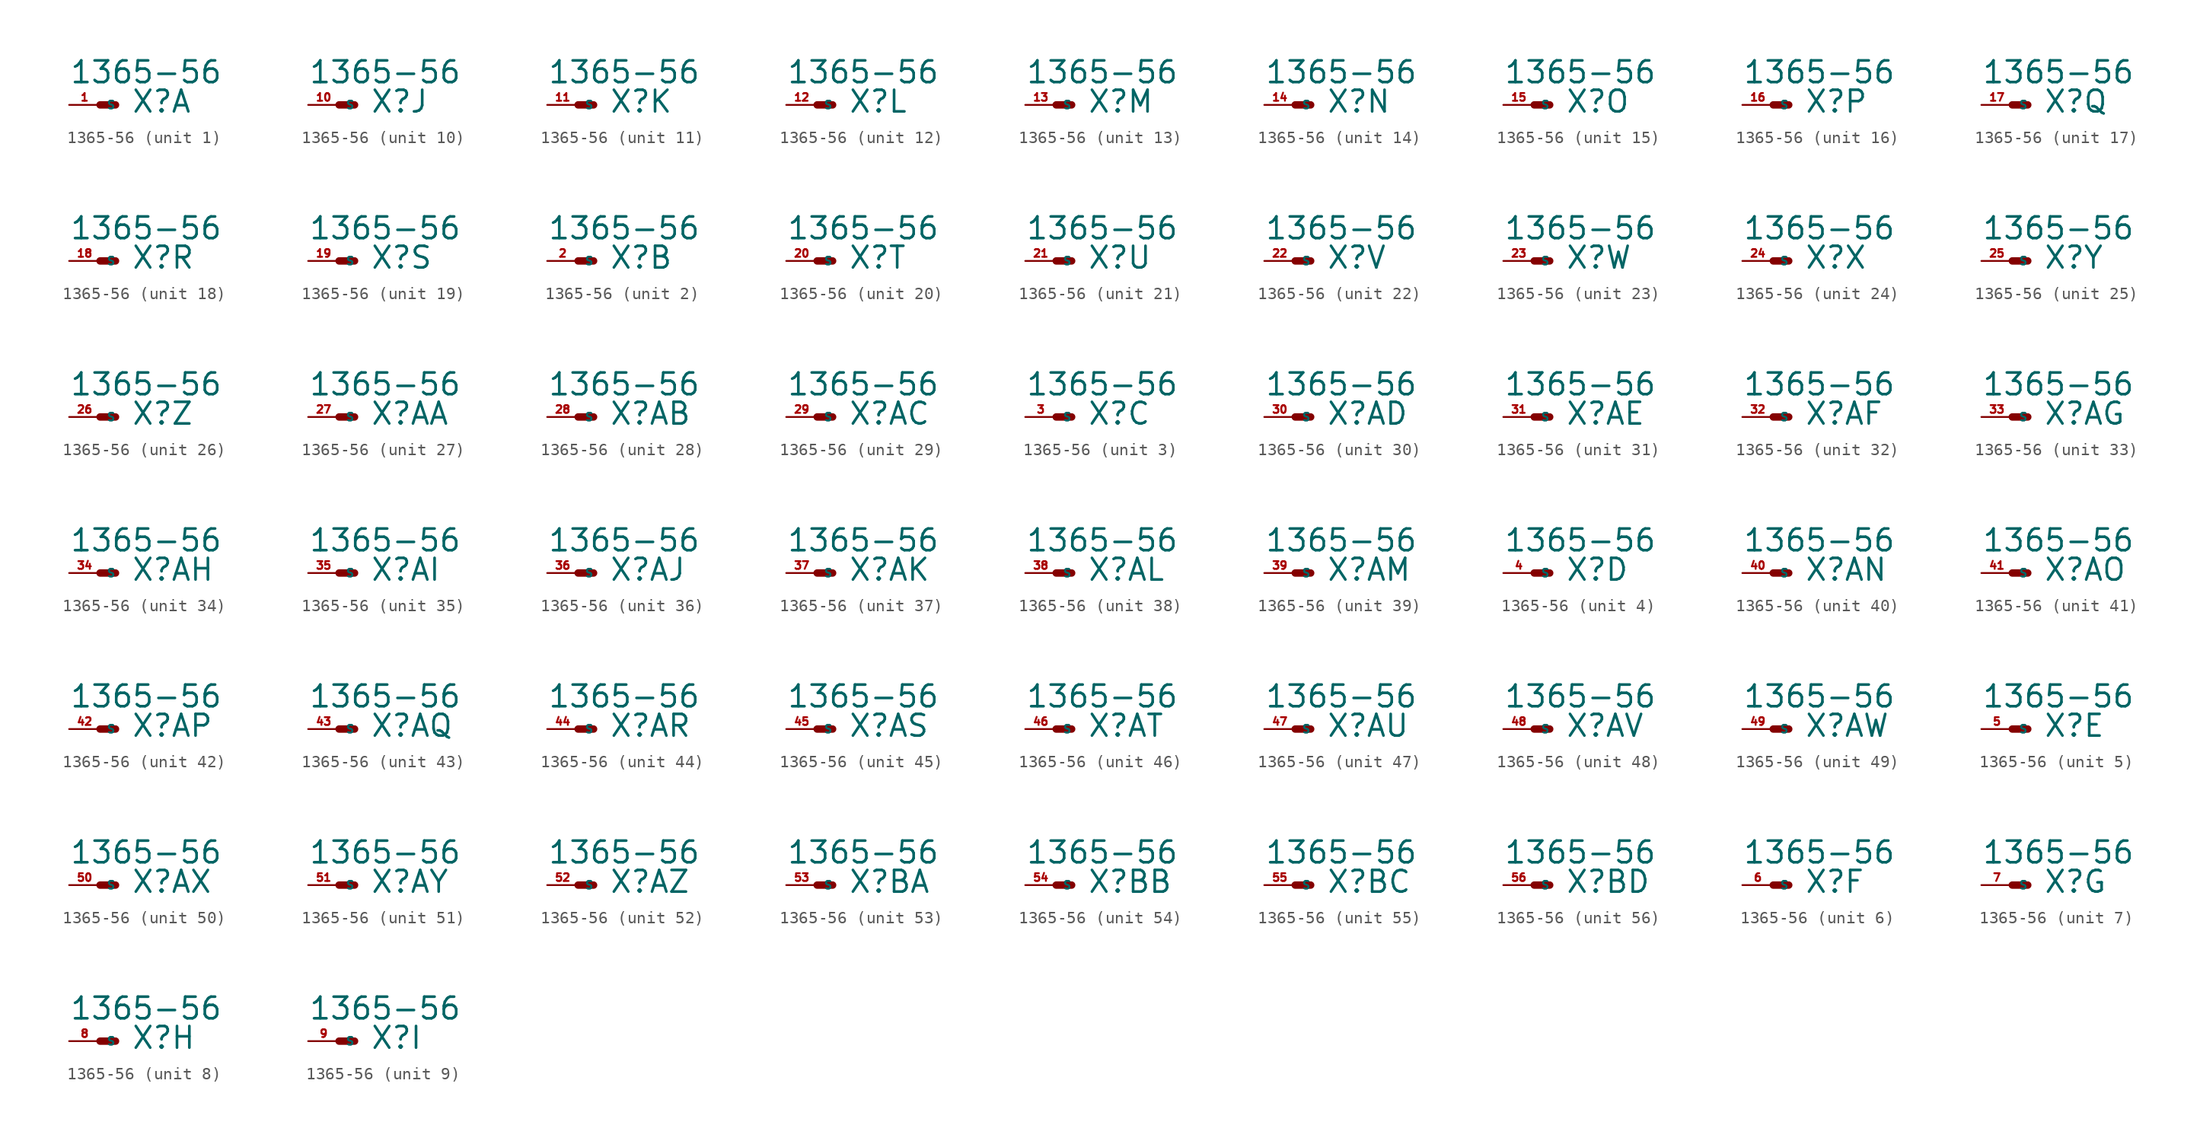
<source format=kicad_sym>
(kicad_symbol_lib
  (version 20220914)
  (generator Eagle2Kicad)
  (symbol "1365-56"
    (property "Reference" "X"
      (at 2.54 -0.762 0)
      (effects (font (size 1.778 1.778) (thickness 0.22)) (justify left bottom)))
    (property "Value" "1365-56"
      (at -2.54 1.651 0)
      (effects (font (size 1.778 1.778) (thickness 0.22)) (justify left bottom)))
    (symbol "1365-56_1_0"
      (polyline (pts (xy 0 0) (xy 1.27 0)) (stroke (width 0.61) (type default)) (fill (type none)))
      (pin passive line (at -2.54 0 0) (length 2.54) (name "S" (effects (font (size 0.635 0.635) (thickness 0.08)) (justify left bottom))) (number "1" (effects (font (size 0.635 0.635) (thickness 0.08)) (justify left bottom)))))
    (symbol "1365-56_2_0"
      (polyline (pts (xy 0 0) (xy 1.27 0)) (stroke (width 0.61) (type default)) (fill (type none)))
      (pin passive line (at -2.54 0 0) (length 2.54) (name "S" (effects (font (size 0.635 0.635) (thickness 0.08)) (justify left bottom))) (number "2" (effects (font (size 0.635 0.635) (thickness 0.08)) (justify left bottom)))))
    (symbol "1365-56_3_0"
      (polyline (pts (xy 0 0) (xy 1.27 0)) (stroke (width 0.61) (type default)) (fill (type none)))
      (pin passive line (at -2.54 0 0) (length 2.54) (name "S" (effects (font (size 0.635 0.635) (thickness 0.08)) (justify left bottom))) (number "3" (effects (font (size 0.635 0.635) (thickness 0.08)) (justify left bottom)))))
    (symbol "1365-56_4_0"
      (polyline (pts (xy 0 0) (xy 1.27 0)) (stroke (width 0.61) (type default)) (fill (type none)))
      (pin passive line (at -2.54 0 0) (length 2.54) (name "S" (effects (font (size 0.635 0.635) (thickness 0.08)) (justify left bottom))) (number "4" (effects (font (size 0.635 0.635) (thickness 0.08)) (justify left bottom)))))
    (symbol "1365-56_5_0"
      (polyline (pts (xy 0 0) (xy 1.27 0)) (stroke (width 0.61) (type default)) (fill (type none)))
      (pin passive line (at -2.54 0 0) (length 2.54) (name "S" (effects (font (size 0.635 0.635) (thickness 0.08)) (justify left bottom))) (number "5" (effects (font (size 0.635 0.635) (thickness 0.08)) (justify left bottom)))))
    (symbol "1365-56_6_0"
      (polyline (pts (xy 0 0) (xy 1.27 0)) (stroke (width 0.61) (type default)) (fill (type none)))
      (pin passive line (at -2.54 0 0) (length 2.54) (name "S" (effects (font (size 0.635 0.635) (thickness 0.08)) (justify left bottom))) (number "6" (effects (font (size 0.635 0.635) (thickness 0.08)) (justify left bottom)))))
    (symbol "1365-56_7_0"
      (polyline (pts (xy 0 0) (xy 1.27 0)) (stroke (width 0.61) (type default)) (fill (type none)))
      (pin passive line (at -2.54 0 0) (length 2.54) (name "S" (effects (font (size 0.635 0.635) (thickness 0.08)) (justify left bottom))) (number "7" (effects (font (size 0.635 0.635) (thickness 0.08)) (justify left bottom)))))
    (symbol "1365-56_8_0"
      (polyline (pts (xy 0 0) (xy 1.27 0)) (stroke (width 0.61) (type default)) (fill (type none)))
      (pin passive line (at -2.54 0 0) (length 2.54) (name "S" (effects (font (size 0.635 0.635) (thickness 0.08)) (justify left bottom))) (number "8" (effects (font (size 0.635 0.635) (thickness 0.08)) (justify left bottom)))))
    (symbol "1365-56_9_0"
      (polyline (pts (xy 0 0) (xy 1.27 0)) (stroke (width 0.61) (type default)) (fill (type none)))
      (pin passive line (at -2.54 0 0) (length 2.54) (name "S" (effects (font (size 0.635 0.635) (thickness 0.08)) (justify left bottom))) (number "9" (effects (font (size 0.635 0.635) (thickness 0.08)) (justify left bottom)))))
    (symbol "1365-56_10_0"
      (polyline (pts (xy 0 0) (xy 1.27 0)) (stroke (width 0.61) (type default)) (fill (type none)))
      (pin passive line (at -2.54 0 0) (length 2.54) (name "S" (effects (font (size 0.635 0.635) (thickness 0.08)) (justify left bottom))) (number "10" (effects (font (size 0.635 0.635) (thickness 0.08)) (justify left bottom)))))
    (symbol "1365-56_11_0"
      (polyline (pts (xy 0 0) (xy 1.27 0)) (stroke (width 0.61) (type default)) (fill (type none)))
      (pin passive line (at -2.54 0 0) (length 2.54) (name "S" (effects (font (size 0.635 0.635) (thickness 0.08)) (justify left bottom))) (number "11" (effects (font (size 0.635 0.635) (thickness 0.08)) (justify left bottom)))))
    (symbol "1365-56_12_0"
      (polyline (pts (xy 0 0) (xy 1.27 0)) (stroke (width 0.61) (type default)) (fill (type none)))
      (pin passive line (at -2.54 0 0) (length 2.54) (name "S" (effects (font (size 0.635 0.635) (thickness 0.08)) (justify left bottom))) (number "12" (effects (font (size 0.635 0.635) (thickness 0.08)) (justify left bottom)))))
    (symbol "1365-56_13_0"
      (polyline (pts (xy 0 0) (xy 1.27 0)) (stroke (width 0.61) (type default)) (fill (type none)))
      (pin passive line (at -2.54 0 0) (length 2.54) (name "S" (effects (font (size 0.635 0.635) (thickness 0.08)) (justify left bottom))) (number "13" (effects (font (size 0.635 0.635) (thickness 0.08)) (justify left bottom)))))
    (symbol "1365-56_14_0"
      (polyline (pts (xy 0 0) (xy 1.27 0)) (stroke (width 0.61) (type default)) (fill (type none)))
      (pin passive line (at -2.54 0 0) (length 2.54) (name "S" (effects (font (size 0.635 0.635) (thickness 0.08)) (justify left bottom))) (number "14" (effects (font (size 0.635 0.635) (thickness 0.08)) (justify left bottom)))))
    (symbol "1365-56_15_0"
      (polyline (pts (xy 0 0) (xy 1.27 0)) (stroke (width 0.61) (type default)) (fill (type none)))
      (pin passive line (at -2.54 0 0) (length 2.54) (name "S" (effects (font (size 0.635 0.635) (thickness 0.08)) (justify left bottom))) (number "15" (effects (font (size 0.635 0.635) (thickness 0.08)) (justify left bottom)))))
    (symbol "1365-56_16_0"
      (polyline (pts (xy 0 0) (xy 1.27 0)) (stroke (width 0.61) (type default)) (fill (type none)))
      (pin passive line (at -2.54 0 0) (length 2.54) (name "S" (effects (font (size 0.635 0.635) (thickness 0.08)) (justify left bottom))) (number "16" (effects (font (size 0.635 0.635) (thickness 0.08)) (justify left bottom)))))
    (symbol "1365-56_17_0"
      (polyline (pts (xy 0 0) (xy 1.27 0)) (stroke (width 0.61) (type default)) (fill (type none)))
      (pin passive line (at -2.54 0 0) (length 2.54) (name "S" (effects (font (size 0.635 0.635) (thickness 0.08)) (justify left bottom))) (number "17" (effects (font (size 0.635 0.635) (thickness 0.08)) (justify left bottom)))))
    (symbol "1365-56_18_0"
      (polyline (pts (xy 0 0) (xy 1.27 0)) (stroke (width 0.61) (type default)) (fill (type none)))
      (pin passive line (at -2.54 0 0) (length 2.54) (name "S" (effects (font (size 0.635 0.635) (thickness 0.08)) (justify left bottom))) (number "18" (effects (font (size 0.635 0.635) (thickness 0.08)) (justify left bottom)))))
    (symbol "1365-56_19_0"
      (polyline (pts (xy 0 0) (xy 1.27 0)) (stroke (width 0.61) (type default)) (fill (type none)))
      (pin passive line (at -2.54 0 0) (length 2.54) (name "S" (effects (font (size 0.635 0.635) (thickness 0.08)) (justify left bottom))) (number "19" (effects (font (size 0.635 0.635) (thickness 0.08)) (justify left bottom)))))
    (symbol "1365-56_20_0"
      (polyline (pts (xy 0 0) (xy 1.27 0)) (stroke (width 0.61) (type default)) (fill (type none)))
      (pin passive line (at -2.54 0 0) (length 2.54) (name "S" (effects (font (size 0.635 0.635) (thickness 0.08)) (justify left bottom))) (number "20" (effects (font (size 0.635 0.635) (thickness 0.08)) (justify left bottom)))))
    (symbol "1365-56_21_0"
      (polyline (pts (xy 0 0) (xy 1.27 0)) (stroke (width 0.61) (type default)) (fill (type none)))
      (pin passive line (at -2.54 0 0) (length 2.54) (name "S" (effects (font (size 0.635 0.635) (thickness 0.08)) (justify left bottom))) (number "21" (effects (font (size 0.635 0.635) (thickness 0.08)) (justify left bottom)))))
    (symbol "1365-56_22_0"
      (polyline (pts (xy 0 0) (xy 1.27 0)) (stroke (width 0.61) (type default)) (fill (type none)))
      (pin passive line (at -2.54 0 0) (length 2.54) (name "S" (effects (font (size 0.635 0.635) (thickness 0.08)) (justify left bottom))) (number "22" (effects (font (size 0.635 0.635) (thickness 0.08)) (justify left bottom)))))
    (symbol "1365-56_23_0"
      (polyline (pts (xy 0 0) (xy 1.27 0)) (stroke (width 0.61) (type default)) (fill (type none)))
      (pin passive line (at -2.54 0 0) (length 2.54) (name "S" (effects (font (size 0.635 0.635) (thickness 0.08)) (justify left bottom))) (number "23" (effects (font (size 0.635 0.635) (thickness 0.08)) (justify left bottom)))))
    (symbol "1365-56_24_0"
      (polyline (pts (xy 0 0) (xy 1.27 0)) (stroke (width 0.61) (type default)) (fill (type none)))
      (pin passive line (at -2.54 0 0) (length 2.54) (name "S" (effects (font (size 0.635 0.635) (thickness 0.08)) (justify left bottom))) (number "24" (effects (font (size 0.635 0.635) (thickness 0.08)) (justify left bottom)))))
    (symbol "1365-56_25_0"
      (polyline (pts (xy 0 0) (xy 1.27 0)) (stroke (width 0.61) (type default)) (fill (type none)))
      (pin passive line (at -2.54 0 0) (length 2.54) (name "S" (effects (font (size 0.635 0.635) (thickness 0.08)) (justify left bottom))) (number "25" (effects (font (size 0.635 0.635) (thickness 0.08)) (justify left bottom)))))
    (symbol "1365-56_26_0"
      (polyline (pts (xy 0 0) (xy 1.27 0)) (stroke (width 0.61) (type default)) (fill (type none)))
      (pin passive line (at -2.54 0 0) (length 2.54) (name "S" (effects (font (size 0.635 0.635) (thickness 0.08)) (justify left bottom))) (number "26" (effects (font (size 0.635 0.635) (thickness 0.08)) (justify left bottom)))))
    (symbol "1365-56_27_0"
      (polyline (pts (xy 0 0) (xy 1.27 0)) (stroke (width 0.61) (type default)) (fill (type none)))
      (pin passive line (at -2.54 0 0) (length 2.54) (name "S" (effects (font (size 0.635 0.635) (thickness 0.08)) (justify left bottom))) (number "27" (effects (font (size 0.635 0.635) (thickness 0.08)) (justify left bottom)))))
    (symbol "1365-56_28_0"
      (polyline (pts (xy 0 0) (xy 1.27 0)) (stroke (width 0.61) (type default)) (fill (type none)))
      (pin passive line (at -2.54 0 0) (length 2.54) (name "S" (effects (font (size 0.635 0.635) (thickness 0.08)) (justify left bottom))) (number "28" (effects (font (size 0.635 0.635) (thickness 0.08)) (justify left bottom)))))
    (symbol "1365-56_29_0"
      (polyline (pts (xy 0 0) (xy 1.27 0)) (stroke (width 0.61) (type default)) (fill (type none)))
      (pin passive line (at -2.54 0 0) (length 2.54) (name "S" (effects (font (size 0.635 0.635) (thickness 0.08)) (justify left bottom))) (number "29" (effects (font (size 0.635 0.635) (thickness 0.08)) (justify left bottom)))))
    (symbol "1365-56_30_0"
      (polyline (pts (xy 0 0) (xy 1.27 0)) (stroke (width 0.61) (type default)) (fill (type none)))
      (pin passive line (at -2.54 0 0) (length 2.54) (name "S" (effects (font (size 0.635 0.635) (thickness 0.08)) (justify left bottom))) (number "30" (effects (font (size 0.635 0.635) (thickness 0.08)) (justify left bottom)))))
    (symbol "1365-56_31_0"
      (polyline (pts (xy 0 0) (xy 1.27 0)) (stroke (width 0.61) (type default)) (fill (type none)))
      (pin passive line (at -2.54 0 0) (length 2.54) (name "S" (effects (font (size 0.635 0.635) (thickness 0.08)) (justify left bottom))) (number "31" (effects (font (size 0.635 0.635) (thickness 0.08)) (justify left bottom)))))
    (symbol "1365-56_32_0"
      (polyline (pts (xy 0 0) (xy 1.27 0)) (stroke (width 0.61) (type default)) (fill (type none)))
      (pin passive line (at -2.54 0 0) (length 2.54) (name "S" (effects (font (size 0.635 0.635) (thickness 0.08)) (justify left bottom))) (number "32" (effects (font (size 0.635 0.635) (thickness 0.08)) (justify left bottom)))))
    (symbol "1365-56_33_0"
      (polyline (pts (xy 0 0) (xy 1.27 0)) (stroke (width 0.61) (type default)) (fill (type none)))
      (pin passive line (at -2.54 0 0) (length 2.54) (name "S" (effects (font (size 0.635 0.635) (thickness 0.08)) (justify left bottom))) (number "33" (effects (font (size 0.635 0.635) (thickness 0.08)) (justify left bottom)))))
    (symbol "1365-56_34_0"
      (polyline (pts (xy 0 0) (xy 1.27 0)) (stroke (width 0.61) (type default)) (fill (type none)))
      (pin passive line (at -2.54 0 0) (length 2.54) (name "S" (effects (font (size 0.635 0.635) (thickness 0.08)) (justify left bottom))) (number "34" (effects (font (size 0.635 0.635) (thickness 0.08)) (justify left bottom)))))
    (symbol "1365-56_35_0"
      (polyline (pts (xy 0 0) (xy 1.27 0)) (stroke (width 0.61) (type default)) (fill (type none)))
      (pin passive line (at -2.54 0 0) (length 2.54) (name "S" (effects (font (size 0.635 0.635) (thickness 0.08)) (justify left bottom))) (number "35" (effects (font (size 0.635 0.635) (thickness 0.08)) (justify left bottom)))))
    (symbol "1365-56_36_0"
      (polyline (pts (xy 0 0) (xy 1.27 0)) (stroke (width 0.61) (type default)) (fill (type none)))
      (pin passive line (at -2.54 0 0) (length 2.54) (name "S" (effects (font (size 0.635 0.635) (thickness 0.08)) (justify left bottom))) (number "36" (effects (font (size 0.635 0.635) (thickness 0.08)) (justify left bottom)))))
    (symbol "1365-56_37_0"
      (polyline (pts (xy 0 0) (xy 1.27 0)) (stroke (width 0.61) (type default)) (fill (type none)))
      (pin passive line (at -2.54 0 0) (length 2.54) (name "S" (effects (font (size 0.635 0.635) (thickness 0.08)) (justify left bottom))) (number "37" (effects (font (size 0.635 0.635) (thickness 0.08)) (justify left bottom)))))
    (symbol "1365-56_38_0"
      (polyline (pts (xy 0 0) (xy 1.27 0)) (stroke (width 0.61) (type default)) (fill (type none)))
      (pin passive line (at -2.54 0 0) (length 2.54) (name "S" (effects (font (size 0.635 0.635) (thickness 0.08)) (justify left bottom))) (number "38" (effects (font (size 0.635 0.635) (thickness 0.08)) (justify left bottom)))))
    (symbol "1365-56_39_0"
      (polyline (pts (xy 0 0) (xy 1.27 0)) (stroke (width 0.61) (type default)) (fill (type none)))
      (pin passive line (at -2.54 0 0) (length 2.54) (name "S" (effects (font (size 0.635 0.635) (thickness 0.08)) (justify left bottom))) (number "39" (effects (font (size 0.635 0.635) (thickness 0.08)) (justify left bottom)))))
    (symbol "1365-56_40_0"
      (polyline (pts (xy 0 0) (xy 1.27 0)) (stroke (width 0.61) (type default)) (fill (type none)))
      (pin passive line (at -2.54 0 0) (length 2.54) (name "S" (effects (font (size 0.635 0.635) (thickness 0.08)) (justify left bottom))) (number "40" (effects (font (size 0.635 0.635) (thickness 0.08)) (justify left bottom)))))
    (symbol "1365-56_41_0"
      (polyline (pts (xy 0 0) (xy 1.27 0)) (stroke (width 0.61) (type default)) (fill (type none)))
      (pin passive line (at -2.54 0 0) (length 2.54) (name "S" (effects (font (size 0.635 0.635) (thickness 0.08)) (justify left bottom))) (number "41" (effects (font (size 0.635 0.635) (thickness 0.08)) (justify left bottom)))))
    (symbol "1365-56_42_0"
      (polyline (pts (xy 0 0) (xy 1.27 0)) (stroke (width 0.61) (type default)) (fill (type none)))
      (pin passive line (at -2.54 0 0) (length 2.54) (name "S" (effects (font (size 0.635 0.635) (thickness 0.08)) (justify left bottom))) (number "42" (effects (font (size 0.635 0.635) (thickness 0.08)) (justify left bottom)))))
    (symbol "1365-56_43_0"
      (polyline (pts (xy 0 0) (xy 1.27 0)) (stroke (width 0.61) (type default)) (fill (type none)))
      (pin passive line (at -2.54 0 0) (length 2.54) (name "S" (effects (font (size 0.635 0.635) (thickness 0.08)) (justify left bottom))) (number "43" (effects (font (size 0.635 0.635) (thickness 0.08)) (justify left bottom)))))
    (symbol "1365-56_44_0"
      (polyline (pts (xy 0 0) (xy 1.27 0)) (stroke (width 0.61) (type default)) (fill (type none)))
      (pin passive line (at -2.54 0 0) (length 2.54) (name "S" (effects (font (size 0.635 0.635) (thickness 0.08)) (justify left bottom))) (number "44" (effects (font (size 0.635 0.635) (thickness 0.08)) (justify left bottom)))))
    (symbol "1365-56_45_0"
      (polyline (pts (xy 0 0) (xy 1.27 0)) (stroke (width 0.61) (type default)) (fill (type none)))
      (pin passive line (at -2.54 0 0) (length 2.54) (name "S" (effects (font (size 0.635 0.635) (thickness 0.08)) (justify left bottom))) (number "45" (effects (font (size 0.635 0.635) (thickness 0.08)) (justify left bottom)))))
    (symbol "1365-56_46_0"
      (polyline (pts (xy 0 0) (xy 1.27 0)) (stroke (width 0.61) (type default)) (fill (type none)))
      (pin passive line (at -2.54 0 0) (length 2.54) (name "S" (effects (font (size 0.635 0.635) (thickness 0.08)) (justify left bottom))) (number "46" (effects (font (size 0.635 0.635) (thickness 0.08)) (justify left bottom)))))
    (symbol "1365-56_47_0"
      (polyline (pts (xy 0 0) (xy 1.27 0)) (stroke (width 0.61) (type default)) (fill (type none)))
      (pin passive line (at -2.54 0 0) (length 2.54) (name "S" (effects (font (size 0.635 0.635) (thickness 0.08)) (justify left bottom))) (number "47" (effects (font (size 0.635 0.635) (thickness 0.08)) (justify left bottom)))))
    (symbol "1365-56_48_0"
      (polyline (pts (xy 0 0) (xy 1.27 0)) (stroke (width 0.61) (type default)) (fill (type none)))
      (pin passive line (at -2.54 0 0) (length 2.54) (name "S" (effects (font (size 0.635 0.635) (thickness 0.08)) (justify left bottom))) (number "48" (effects (font (size 0.635 0.635) (thickness 0.08)) (justify left bottom)))))
    (symbol "1365-56_49_0"
      (polyline (pts (xy 0 0) (xy 1.27 0)) (stroke (width 0.61) (type default)) (fill (type none)))
      (pin passive line (at -2.54 0 0) (length 2.54) (name "S" (effects (font (size 0.635 0.635) (thickness 0.08)) (justify left bottom))) (number "49" (effects (font (size 0.635 0.635) (thickness 0.08)) (justify left bottom)))))
    (symbol "1365-56_50_0"
      (polyline (pts (xy 0 0) (xy 1.27 0)) (stroke (width 0.61) (type default)) (fill (type none)))
      (pin passive line (at -2.54 0 0) (length 2.54) (name "S" (effects (font (size 0.635 0.635) (thickness 0.08)) (justify left bottom))) (number "50" (effects (font (size 0.635 0.635) (thickness 0.08)) (justify left bottom)))))
    (symbol "1365-56_51_0"
      (polyline (pts (xy 0 0) (xy 1.27 0)) (stroke (width 0.61) (type default)) (fill (type none)))
      (pin passive line (at -2.54 0 0) (length 2.54) (name "S" (effects (font (size 0.635 0.635) (thickness 0.08)) (justify left bottom))) (number "51" (effects (font (size 0.635 0.635) (thickness 0.08)) (justify left bottom)))))
    (symbol "1365-56_52_0"
      (polyline (pts (xy 0 0) (xy 1.27 0)) (stroke (width 0.61) (type default)) (fill (type none)))
      (pin passive line (at -2.54 0 0) (length 2.54) (name "S" (effects (font (size 0.635 0.635) (thickness 0.08)) (justify left bottom))) (number "52" (effects (font (size 0.635 0.635) (thickness 0.08)) (justify left bottom)))))
    (symbol "1365-56_53_0"
      (polyline (pts (xy 0 0) (xy 1.27 0)) (stroke (width 0.61) (type default)) (fill (type none)))
      (pin passive line (at -2.54 0 0) (length 2.54) (name "S" (effects (font (size 0.635 0.635) (thickness 0.08)) (justify left bottom))) (number "53" (effects (font (size 0.635 0.635) (thickness 0.08)) (justify left bottom)))))
    (symbol "1365-56_54_0"
      (polyline (pts (xy 0 0) (xy 1.27 0)) (stroke (width 0.61) (type default)) (fill (type none)))
      (pin passive line (at -2.54 0 0) (length 2.54) (name "S" (effects (font (size 0.635 0.635) (thickness 0.08)) (justify left bottom))) (number "54" (effects (font (size 0.635 0.635) (thickness 0.08)) (justify left bottom)))))
    (symbol "1365-56_55_0"
      (polyline (pts (xy 0 0) (xy 1.27 0)) (stroke (width 0.61) (type default)) (fill (type none)))
      (pin passive line (at -2.54 0 0) (length 2.54) (name "S" (effects (font (size 0.635 0.635) (thickness 0.08)) (justify left bottom))) (number "55" (effects (font (size 0.635 0.635) (thickness 0.08)) (justify left bottom)))))
    (symbol "1365-56_56_0"
      (polyline (pts (xy 0 0) (xy 1.27 0)) (stroke (width 0.61) (type default)) (fill (type none)))
      (pin passive line (at -2.54 0 0) (length 2.54) (name "S" (effects (font (size 0.635 0.635) (thickness 0.08)) (justify left bottom))) (number "56" (effects (font (size 0.635 0.635) (thickness 0.08)) (justify left bottom)))))))
</source>
